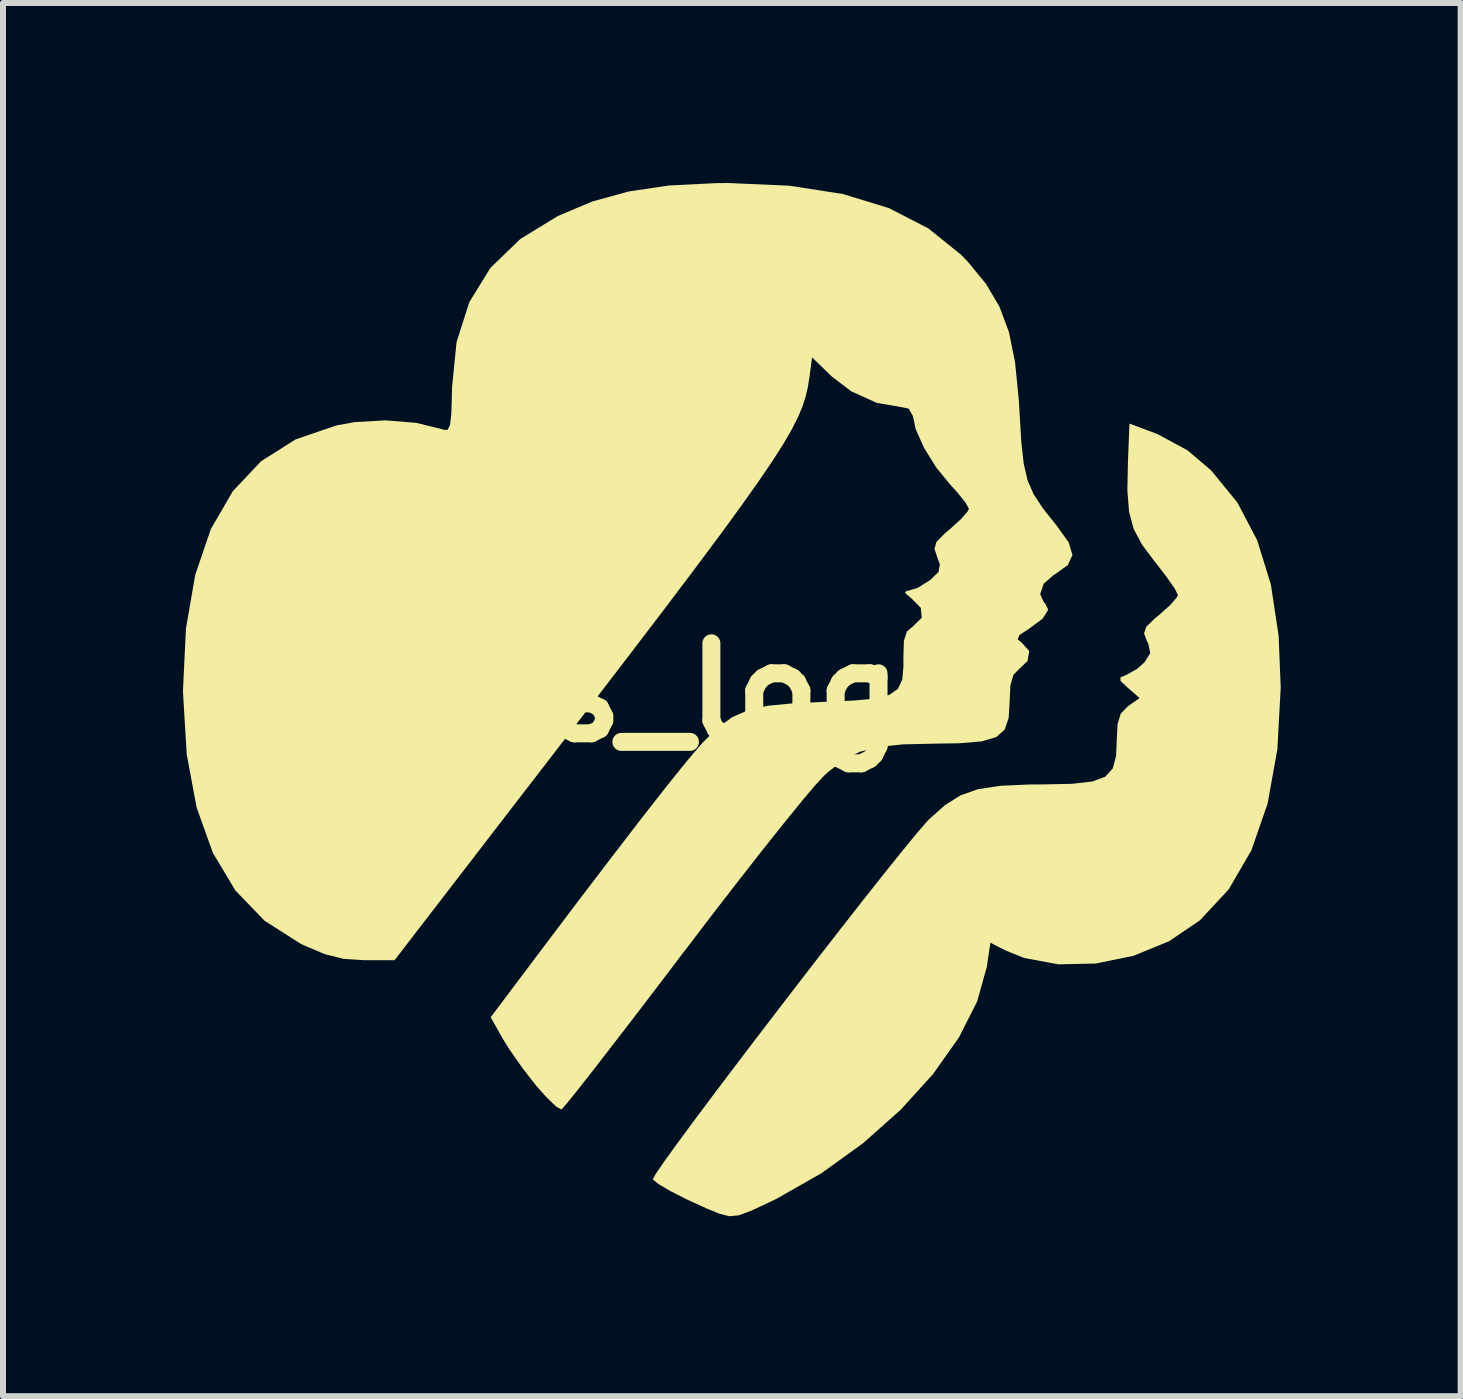
<source format=kicad_pcb>
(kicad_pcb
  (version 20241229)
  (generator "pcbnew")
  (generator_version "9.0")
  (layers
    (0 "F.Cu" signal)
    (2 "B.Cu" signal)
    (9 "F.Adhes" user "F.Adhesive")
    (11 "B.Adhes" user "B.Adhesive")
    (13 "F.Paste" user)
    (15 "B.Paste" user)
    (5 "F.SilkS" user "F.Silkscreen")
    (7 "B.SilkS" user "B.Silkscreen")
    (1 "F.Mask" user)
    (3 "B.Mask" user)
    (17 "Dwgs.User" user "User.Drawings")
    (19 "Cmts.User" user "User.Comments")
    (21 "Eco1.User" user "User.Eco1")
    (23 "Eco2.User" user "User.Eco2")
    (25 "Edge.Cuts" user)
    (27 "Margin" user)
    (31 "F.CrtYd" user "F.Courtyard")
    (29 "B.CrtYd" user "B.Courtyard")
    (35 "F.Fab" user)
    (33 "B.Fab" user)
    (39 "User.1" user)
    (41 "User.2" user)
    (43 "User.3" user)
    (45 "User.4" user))
  (footprint "gs_logo"
    (layer "F.Cu")
    (at 9.021 8.494)
    (property "Reference" "gs_logo" (at 0 0 0) (layer "F.SilkS") (effects (font (size 1.5 1.5) (thickness 0.3))))
    (attr board_only exclude_from_pos_files exclude_from_bom)
    (fp_poly (pts (xy 7.218 -4.31) (xy 7.719 -4.04) (xy 8.115 -3.704) (xy 8.553 -3.168) (xy 8.883 -2.538) (xy 9.111 -1.802) (xy 9.24 -0.946) (xy 9.275 -0.085) (xy 9.219 0.946) (xy 9.056 1.851) (xy 8.786 2.629) (xy 8.409 3.278) (xy 7.927 3.796) (xy 7.415 4.143) (xy 6.822 4.386) (xy 6.193 4.515) (xy 5.572 4.529) (xy 4.999 4.423) (xy 4.682 4.295) (xy 4.436 4.168) (xy 4.377 4.569) (xy 4.216 5.146) (xy 3.911 5.749) (xy 3.48 6.358) (xy 2.942 6.951) (xy 2.315 7.509) (xy 1.62 8.01) (xy 0.874 8.435) (xy 0.75 8.495) (xy 0.446 8.637) (xy 0.242 8.712) (xy 0.085 8.727) (xy -0.078 8.686) (xy -0.297 8.596) (xy -0.615 8.451) (xy -0.895 8.309) (xy -1.098 8.19) (xy -1.188 8.114) (xy -1.189 8.108) (xy -1.139 8.017) (xy -0.996 7.809) (xy -0.774 7.501) (xy -0.486 7.111) (xy -0.144 6.654) (xy 0.239 6.148) (xy 0.649 5.61) (xy 1.074 5.056) (xy 1.5 4.503) (xy 1.916 3.968) (xy 2.307 3.468) (xy 2.662 3.019) (xy 2.967 2.64) (xy 3.208 2.345) (xy 3.375 2.153) (xy 3.419 2.106) (xy 3.681 1.874) (xy 3.938 1.712) (xy 4.231 1.609) (xy 4.599 1.553) (xy 5.081 1.531) (xy 5.312 1.53) (xy 5.794 1.52) (xy 6.133 1.482) (xy 6.351 1.401) (xy 6.476 1.263) (xy 6.531 1.053) (xy 6.541 0.813) (xy 6.555 0.526) (xy 6.608 0.352) (xy 6.719 0.235) (xy 6.732 0.225) (xy 6.923 0.09) (xy 6.731 -0.076) (xy 6.604 -0.196) (xy 6.604 -0.255) (xy 6.698 -0.293) (xy 6.881 -0.396) (xy 7.004 -0.505) (xy 7.1 -0.658) (xy 7.067 -0.818) (xy 7.046 -0.858) (xy 6.997 -0.987) (xy 7.032 -1.096) (xy 7.175 -1.235) (xy 7.252 -1.298) (xy 7.436 -1.462) (xy 7.546 -1.592) (xy 7.561 -1.628) (xy 7.51 -1.731) (xy 7.378 -1.922) (xy 7.192 -2.163) (xy 7.181 -2.176) (xy 6.964 -2.465) (xy 6.824 -2.728) (xy 6.747 -3.014) (xy 6.719 -3.371) (xy 6.728 -3.835) (xy 6.754 -4.484)) (stroke (width 0) (type solid)) (fill yes) (layer "F.SilkS"))
    (fp_poly (pts (xy 1.085 -8.449) (xy 1.979 -8.31) (xy 2.748 -8.074) (xy 3.402 -7.737) (xy 3.949 -7.297) (xy 4.064 -7.177) (xy 4.366 -6.808) (xy 4.588 -6.431) (xy 4.745 -6.01) (xy 4.847 -5.507) (xy 4.909 -4.884) (xy 4.922 -4.672) (xy 4.951 -4.181) (xy 4.991 -3.818) (xy 5.055 -3.54) (xy 5.157 -3.306) (xy 5.31 -3.073) (xy 5.528 -2.799) (xy 5.539 -2.786) (xy 5.741 -2.504) (xy 5.804 -2.294) (xy 5.726 -2.125) (xy 5.505 -1.968) (xy 5.486 -1.957) (xy 5.324 -1.814) (xy 5.266 -1.643) (xy 5.328 -1.503) (xy 5.348 -1.489) (xy 5.4 -1.382) (xy 5.308 -1.234) (xy 5.085 -1.068) (xy 5.083 -1.067) (xy 4.919 -0.958) (xy 4.891 -0.887) (xy 4.958 -0.834) (xy 5.083 -0.693) (xy 5.056 -0.527) (xy 4.927 -0.405) (xy 4.821 -0.299) (xy 4.769 -0.121) (xy 4.757 0.143) (xy 4.741 0.42) (xy 4.675 0.615) (xy 4.534 0.741) (xy 4.294 0.812) (xy 3.929 0.844) (xy 3.528 0.85) (xy 2.988 0.862) (xy 2.577 0.904) (xy 2.257 0.987) (xy 1.988 1.124) (xy 1.73 1.324) (xy 1.666 1.383) (xy 1.527 1.532) (xy 1.301 1.799) (xy 1.002 2.167) (xy 0.642 2.619) (xy 0.237 3.136) (xy -0.2 3.701) (xy -0.654 4.297) (xy -0.682 4.332) (xy -1.122 4.912) (xy -1.531 5.447) (xy -1.898 5.923) (xy -2.21 6.326) (xy -2.457 6.641) (xy -2.628 6.852) (xy -2.709 6.945) (xy -2.713 6.948) (xy -2.799 6.901) (xy -2.954 6.753) (xy -3.131 6.556) (xy -3.36 6.262) (xy -3.577 5.952) (xy -3.687 5.775) (xy -3.893 5.411) (xy -3.12 4.383) (xy -2.451 3.496) (xy -1.863 2.725) (xy -1.362 2.074) (xy -0.949 1.546) (xy -0.628 1.148) (xy -0.403 0.881) (xy -0.348 0.821) (xy -0.104 0.582) (xy 0.132 0.41) (xy 0.397 0.293) (xy 0.727 0.219) (xy 1.158 0.177) (xy 1.636 0.155) (xy 2.146 0.133) (xy 2.51 0.099) (xy 2.752 0.037) (xy 2.896 -0.064) (xy 2.967 -0.218) (xy 2.987 -0.438) (xy 2.986 -0.586) (xy 2.994 -0.86) (xy 3.043 -1.017) (xy 3.145 -1.105) (xy 3.292 -1.247) (xy 3.276 -1.413) (xy 3.124 -1.567) (xy 3.011 -1.663) (xy 3.042 -1.698) (xy 3.07 -1.699) (xy 3.228 -1.749) (xy 3.421 -1.869) (xy 3.426 -1.872) (xy 3.571 -2.01) (xy 3.594 -2.136) (xy 3.549 -2.258) (xy 3.504 -2.398) (xy 3.538 -2.513) (xy 3.677 -2.654) (xy 3.765 -2.728) (xy 3.949 -2.895) (xy 4.061 -3.026) (xy 4.078 -3.064) (xy 4.023 -3.165) (xy 3.883 -3.339) (xy 3.771 -3.462) (xy 3.532 -3.754) (xy 3.328 -4.083) (xy 3.19 -4.394) (xy 3.145 -4.609) (xy 3.074 -4.733) (xy 2.962 -4.757) (xy 2.542 -4.829) (xy 2.115 -5.023) (xy 1.789 -5.272) (xy 1.464 -5.587) (xy 1.42 -5.257) (xy 1.395 -5.099) (xy 1.359 -4.942) (xy 1.307 -4.777) (xy 1.231 -4.595) (xy 1.126 -4.387) (xy 0.984 -4.143) (xy 0.8 -3.854) (xy 0.566 -3.511) (xy 0.277 -3.104) (xy -0.073 -2.624) (xy -0.492 -2.062) (xy -0.986 -1.408) (xy -1.561 -0.654) (xy -2.224 0.211) (xy -2.98 1.195) (xy -3.467 1.826) (xy -5.495 4.46) (xy -5.999 4.46) (xy -6.341 4.438) (xy -6.655 4.36) (xy -7.018 4.206) (xy -7.07 4.18) (xy -7.663 3.801) (xy -8.147 3.299) (xy -8.523 2.671) (xy -8.794 1.915) (xy -8.959 1.03) (xy -9.02 0.011) (xy -9.021 -0.042) (xy -8.972 -1.068) (xy -8.817 -1.963) (xy -8.557 -2.726) (xy -8.191 -3.357) (xy -7.72 -3.856) (xy -7.144 -4.221) (xy -6.465 -4.453) (xy -6.156 -4.509) (xy -5.647 -4.538) (xy -5.133 -4.496) (xy -4.693 -4.388) (xy -4.672 -4.38) (xy -4.61 -4.381) (xy -4.571 -4.46) (xy -4.549 -4.646) (xy -4.539 -4.966) (xy -4.538 -5.075) (xy -4.462 -5.841) (xy -4.249 -6.508) (xy -3.897 -7.079) (xy -3.402 -7.558) (xy -2.775 -7.943) (xy -2.198 -8.186) (xy -1.592 -8.353) (xy -0.916 -8.453) (xy -0.13 -8.492) (xy 0.056 -8.494)) (stroke (width 0) (type solid)) (fill yes) (layer "F.SilkS")))
  (gr_rect
    (start -3 -3)
    (end 21.295 20.221)
    (stroke (width 0.1) (type default))
    (fill no)
    (layer "Edge.Cuts")))
</source>
